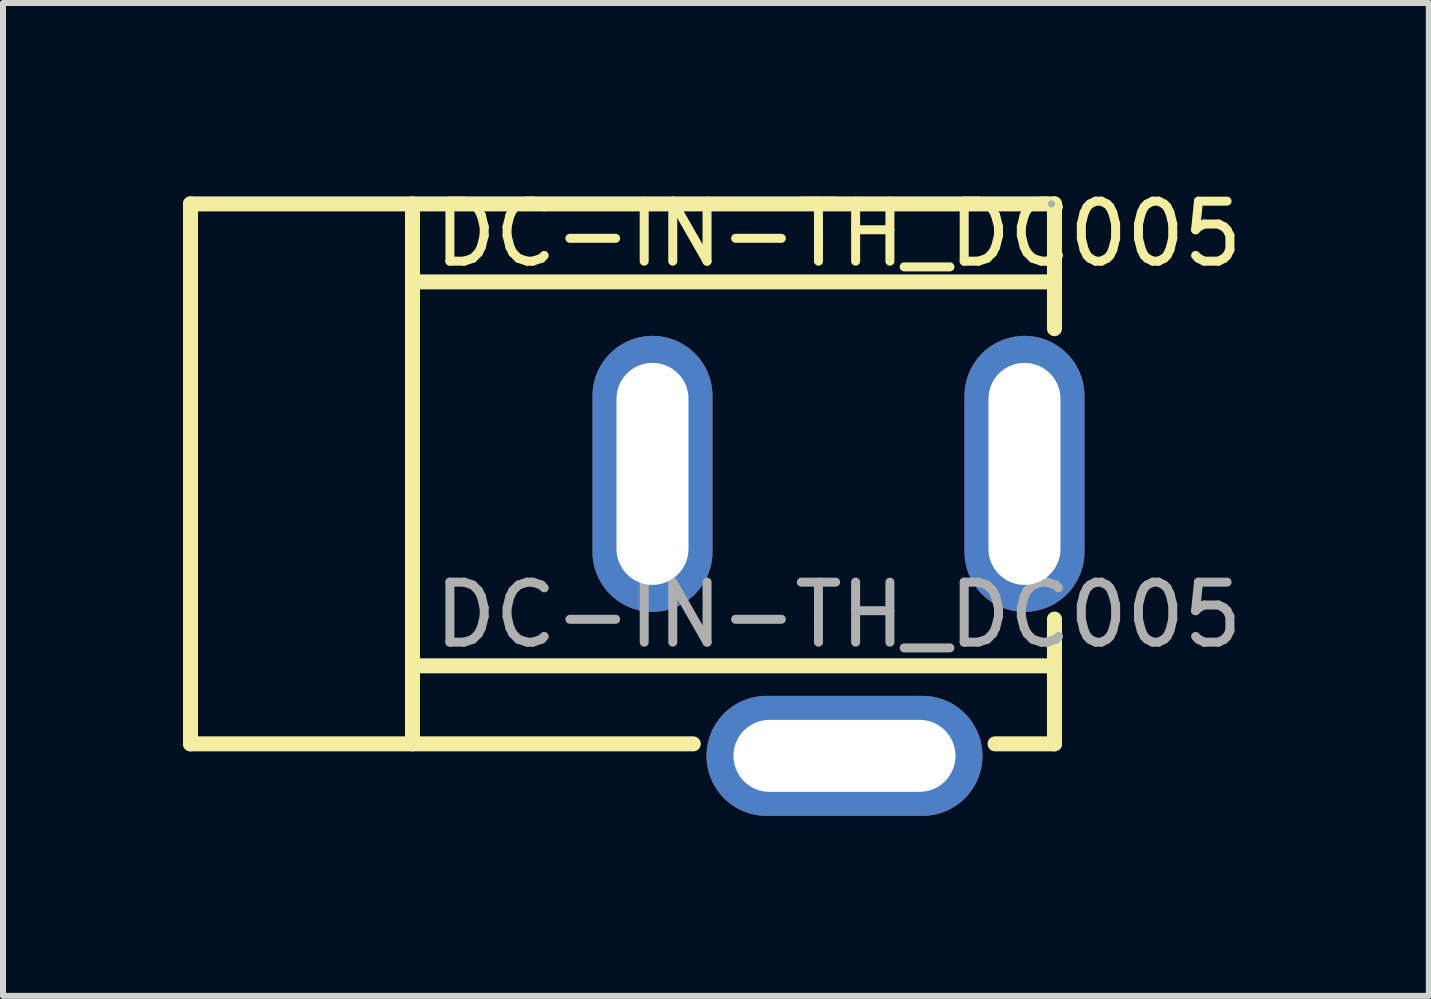
<source format=kicad_pcb>
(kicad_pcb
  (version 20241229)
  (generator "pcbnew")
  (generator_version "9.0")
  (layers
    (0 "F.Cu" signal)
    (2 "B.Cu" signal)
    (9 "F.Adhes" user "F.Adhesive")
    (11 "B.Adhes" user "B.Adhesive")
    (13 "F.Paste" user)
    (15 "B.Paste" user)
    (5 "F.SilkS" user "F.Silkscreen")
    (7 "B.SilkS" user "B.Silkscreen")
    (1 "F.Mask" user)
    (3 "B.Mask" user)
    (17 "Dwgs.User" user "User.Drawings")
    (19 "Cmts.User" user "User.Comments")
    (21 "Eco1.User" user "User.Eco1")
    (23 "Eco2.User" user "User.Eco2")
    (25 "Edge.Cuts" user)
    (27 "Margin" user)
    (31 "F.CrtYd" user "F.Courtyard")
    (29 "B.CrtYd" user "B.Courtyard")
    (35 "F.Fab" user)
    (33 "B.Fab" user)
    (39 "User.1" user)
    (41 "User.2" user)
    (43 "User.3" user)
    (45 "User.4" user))
  (footprint "DC-IN-TH_DC005"
    (layer "F.Cu")
    (at 10.925 7.198)
    (property "Reference" "DC-IN-TH_DC005" (at 0 -6.35 0) (layer "F.SilkS") (effects (font (size 1 1) (thickness 0.15))))
    (attr through_hole)
    (fp_line (start -10.8 -6.85) (end 3.6 -6.85) (stroke (width 0.25) (type solid)) (layer "F.SilkS"))
    (fp_line (start -10.8 2.15) (end -10.8 -6.85) (stroke (width 0.25) (type solid)) (layer "F.SilkS"))
    (fp_line (start -10.8 2.15) (end -2.42 2.15) (stroke (width 0.25) (type solid)) (layer "F.SilkS"))
    (fp_line (start -7.1 2.15) (end -7.1 -6.85) (stroke (width 0.25) (type solid)) (layer "F.SilkS"))
    (fp_line (start -7.02 -5.55) (end 3.6 -5.55) (stroke (width 0.25) (type solid)) (layer "F.SilkS"))
    (fp_line (start -7.02 0.85) (end 3.6 0.85) (stroke (width 0.25) (type solid)) (layer "F.SilkS"))
    (fp_line (start 2.61 2.15) (end 3.6 2.15) (stroke (width 0.25) (type solid)) (layer "F.SilkS"))
    (fp_line (start 3.6 -6.85) (end 3.6 -4.77) (stroke (width 0.25) (type solid)) (layer "F.SilkS"))
    (fp_line (start 3.6 0.07) (end 3.6 2.15) (stroke (width 0.25) (type solid)) (layer "F.SilkS"))
    (fp_circle (center 3.55 -6.85) (end 3.58 -6.85) (stroke (width 0.06) (type solid)) (fill no) (layer "F.Fab"))
    (fp_text user "${REFERENCE}" (at 0 0 0) (layer "F.Fab") (effects (font (size 1 1) (thickness 0.15))))
    (pad "1" thru_hole oval (at 3.1 -2.35) (size 2 4.6) (drill oval 1.2 3.7) (layers "*.Cu" "*.Mask"))
    (pad "2" thru_hole oval (at -3.1 -2.35 180) (size 2 4.6) (drill oval 1.2 3.7) (layers "*.Cu" "*.Mask"))
    (pad "3" thru_hole oval (at 0.1 2.35) (size 4.6 2) (drill oval 3.7 1.2) (layers "*.Cu" "*.Mask")))
  (gr_rect
    (start -3 -3)
    (end 20.764 13.548)
    (stroke (width 0.1) (type default))
    (fill no)
    (layer "Edge.Cuts")))
</source>
